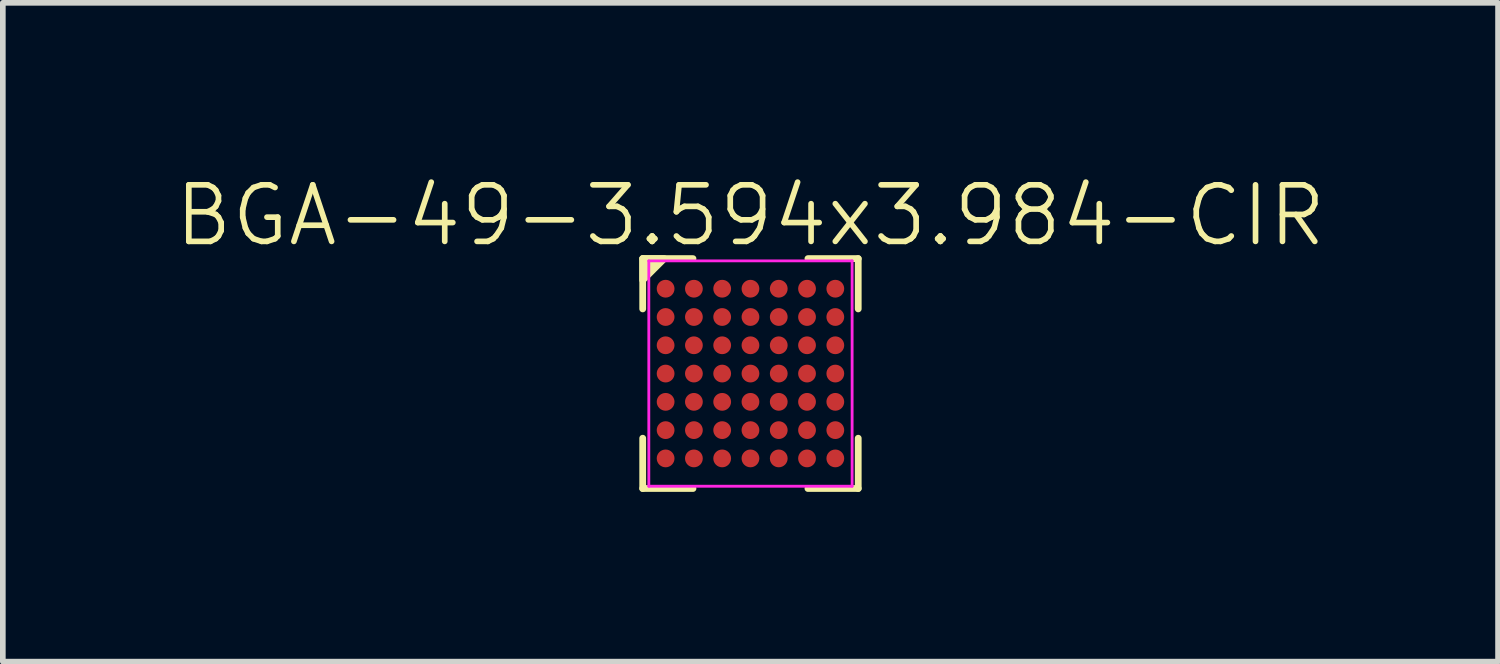
<source format=kicad_pcb>
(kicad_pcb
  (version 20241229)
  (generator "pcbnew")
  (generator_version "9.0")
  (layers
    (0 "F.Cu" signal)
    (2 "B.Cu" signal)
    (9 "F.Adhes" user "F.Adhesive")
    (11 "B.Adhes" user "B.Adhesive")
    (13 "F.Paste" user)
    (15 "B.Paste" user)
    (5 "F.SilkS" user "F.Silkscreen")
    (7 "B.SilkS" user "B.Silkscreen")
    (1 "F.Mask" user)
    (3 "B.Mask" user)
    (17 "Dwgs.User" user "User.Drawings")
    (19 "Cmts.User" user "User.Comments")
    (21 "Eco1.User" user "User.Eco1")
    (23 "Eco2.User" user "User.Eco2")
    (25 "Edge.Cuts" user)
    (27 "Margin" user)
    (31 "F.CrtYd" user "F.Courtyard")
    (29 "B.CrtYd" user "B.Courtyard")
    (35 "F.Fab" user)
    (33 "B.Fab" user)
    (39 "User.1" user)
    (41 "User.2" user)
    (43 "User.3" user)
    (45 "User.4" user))
  (footprint "BGA-49-3.594x3.984-CIR"
    (layer "F.Cu")
    (at 10.217 3.554)
    (property "Reference" "BGA-49-3.594x3.984-CIR" (at 0 -2.794 0) (unlocked yes) (layer "F.SilkS") (effects (font (size 1 1) (thickness 0.1))))
    (attr smd)
    (fp_line (start -1.905 -2.032) (end -1.905 -1.143) (stroke (width 0.12) (type solid)) (layer "F.SilkS"))
    (fp_line (start -1.905 1.143) (end -1.905 2.032) (stroke (width 0.12) (type solid)) (layer "F.SilkS"))
    (fp_line (start -1.905 2.032) (end -1.016 2.032) (stroke (width 0.12) (type solid)) (layer "F.SilkS"))
    (fp_line (start -1.016 -2.032) (end -1.905 -2.032) (stroke (width 0.12) (type solid)) (layer "F.SilkS"))
    (fp_line (start 1.016 2.032) (end 1.905 2.032) (stroke (width 0.12) (type solid)) (layer "F.SilkS"))
    (fp_line (start 1.905 -2.032) (end 1.016 -2.032) (stroke (width 0.12) (type solid)) (layer "F.SilkS"))
    (fp_line (start 1.905 -1.143) (end 1.905 -2.032) (stroke (width 0.12) (type solid)) (layer "F.SilkS"))
    (fp_line (start 1.905 2.032) (end 1.905 1.143) (stroke (width 0.12) (type solid)) (layer "F.SilkS"))
    (fp_poly (pts (xy -1.905 -2.032) (xy -1.524 -2.032) (xy -1.905 -1.651)) (stroke (width 0.12) (type solid)) (fill yes) (layer "F.SilkS"))
    (fp_line (start -1.797 1.992) (end -1.797 -1.992) (stroke (width 0.05) (type solid)) (layer "F.CrtYd"))
    (fp_line (start 1.797 -1.992) (end -1.797 -1.992) (stroke (width 0.05) (type solid)) (layer "F.CrtYd"))
    (fp_line (start 1.797 1.992) (end -1.797 1.992) (stroke (width 0.05) (type solid)) (layer "F.CrtYd"))
    (fp_line (start 1.797 1.992) (end 1.797 -1.992) (stroke (width 0.05) (type solid)) (layer "F.CrtYd"))
    (pad "A1" smd circle (at -1.5 -1.5) (size 0.314 0.314) (layers "F.Cu" "F.Mask" "F.Paste"))
    (pad "A2" smd circle (at -1 -1.5) (size 0.314 0.314) (layers "F.Cu" "F.Mask" "F.Paste"))
    (pad "A3" smd circle (at -0.5 -1.5) (size 0.314 0.314) (layers "F.Cu" "F.Mask" "F.Paste"))
    (pad "A4" smd circle (at 0 -1.5) (size 0.314 0.314) (layers "F.Cu" "F.Mask" "F.Paste"))
    (pad "A5" smd circle (at 0.5 -1.5) (size 0.314 0.314) (layers "F.Cu" "F.Mask" "F.Paste"))
    (pad "A6" smd circle (at 1 -1.5) (size 0.314 0.314) (layers "F.Cu" "F.Mask" "F.Paste"))
    (pad "A7" smd circle (at 1.5 -1.5) (size 0.314 0.314) (layers "F.Cu" "F.Mask" "F.Paste"))
    (pad "B1" smd circle (at -1.5 -1) (size 0.314 0.314) (layers "F.Cu" "F.Mask" "F.Paste"))
    (pad "B2" smd circle (at -1 -1) (size 0.314 0.314) (layers "F.Cu" "F.Mask" "F.Paste"))
    (pad "B3" smd circle (at -0.5 -1) (size 0.314 0.314) (layers "F.Cu" "F.Mask" "F.Paste"))
    (pad "B4" smd circle (at 0 -1) (size 0.314 0.314) (layers "F.Cu" "F.Mask" "F.Paste"))
    (pad "B5" smd circle (at 0.5 -1) (size 0.314 0.314) (layers "F.Cu" "F.Mask" "F.Paste"))
    (pad "B6" smd circle (at 1 -1) (size 0.314 0.314) (layers "F.Cu" "F.Mask" "F.Paste"))
    (pad "B7" smd circle (at 1.5 -1) (size 0.314 0.314) (layers "F.Cu" "F.Mask" "F.Paste"))
    (pad "C1" smd circle (at -1.5 -0.5) (size 0.314 0.314) (layers "F.Cu" "F.Mask" "F.Paste"))
    (pad "C2" smd circle (at -1 -0.5) (size 0.314 0.314) (layers "F.Cu" "F.Mask" "F.Paste"))
    (pad "C3" smd circle (at -0.5 -0.5) (size 0.314 0.314) (layers "F.Cu" "F.Mask" "F.Paste"))
    (pad "C4" smd circle (at 0 -0.5) (size 0.314 0.314) (layers "F.Cu" "F.Mask" "F.Paste"))
    (pad "C5" smd circle (at 0.5 -0.5) (size 0.314 0.314) (layers "F.Cu" "F.Mask" "F.Paste"))
    (pad "C6" smd circle (at 1 -0.5) (size 0.314 0.314) (layers "F.Cu" "F.Mask" "F.Paste"))
    (pad "C7" smd circle (at 1.5 -0.5) (size 0.314 0.314) (layers "F.Cu" "F.Mask" "F.Paste"))
    (pad "D1" smd circle (at -1.5 0) (size 0.314 0.314) (layers "F.Cu" "F.Mask" "F.Paste"))
    (pad "D2" smd circle (at -1 0) (size 0.314 0.314) (layers "F.Cu" "F.Mask" "F.Paste"))
    (pad "D3" smd circle (at -0.5 0) (size 0.314 0.314) (layers "F.Cu" "F.Mask" "F.Paste"))
    (pad "D4" smd circle (at 0 0) (size 0.314 0.314) (layers "F.Cu" "F.Mask" "F.Paste"))
    (pad "D5" smd circle (at 0.5 0) (size 0.314 0.314) (layers "F.Cu" "F.Mask" "F.Paste"))
    (pad "D6" smd circle (at 1 0) (size 0.314 0.314) (layers "F.Cu" "F.Mask" "F.Paste"))
    (pad "D7" smd circle (at 1.5 0) (size 0.314 0.314) (layers "F.Cu" "F.Mask" "F.Paste"))
    (pad "E1" smd circle (at -1.5 0.5) (size 0.314 0.314) (layers "F.Cu" "F.Mask" "F.Paste"))
    (pad "E2" smd circle (at -1 0.5) (size 0.314 0.314) (layers "F.Cu" "F.Mask" "F.Paste"))
    (pad "E3" smd circle (at -0.5 0.5) (size 0.314 0.314) (layers "F.Cu" "F.Mask" "F.Paste"))
    (pad "E4" smd circle (at 0 0.5) (size 0.314 0.314) (layers "F.Cu" "F.Mask" "F.Paste"))
    (pad "E5" smd circle (at 0.5 0.5) (size 0.314 0.314) (layers "F.Cu" "F.Mask" "F.Paste"))
    (pad "E6" smd circle (at 1 0.5) (size 0.314 0.314) (layers "F.Cu" "F.Mask" "F.Paste"))
    (pad "E7" smd circle (at 1.5 0.5) (size 0.314 0.314) (layers "F.Cu" "F.Mask" "F.Paste"))
    (pad "F1" smd circle (at -1.5 1) (size 0.314 0.314) (layers "F.Cu" "F.Mask" "F.Paste"))
    (pad "F2" smd circle (at -1 1) (size 0.314 0.314) (layers "F.Cu" "F.Mask" "F.Paste"))
    (pad "F3" smd circle (at -0.5 1) (size 0.314 0.314) (layers "F.Cu" "F.Mask" "F.Paste"))
    (pad "F4" smd circle (at 0 1) (size 0.314 0.314) (layers "F.Cu" "F.Mask" "F.Paste"))
    (pad "F5" smd circle (at 0.5 1) (size 0.314 0.314) (layers "F.Cu" "F.Mask" "F.Paste"))
    (pad "F6" smd circle (at 1 1) (size 0.314 0.314) (layers "F.Cu" "F.Mask" "F.Paste"))
    (pad "F7" smd circle (at 1.5 1) (size 0.314 0.314) (layers "F.Cu" "F.Mask" "F.Paste"))
    (pad "G1" smd circle (at -1.5 1.5) (size 0.314 0.314) (layers "F.Cu" "F.Mask" "F.Paste"))
    (pad "G2" smd circle (at -1 1.5) (size 0.314 0.314) (layers "F.Cu" "F.Mask" "F.Paste"))
    (pad "G3" smd circle (at -0.5 1.5) (size 0.314 0.314) (layers "F.Cu" "F.Mask" "F.Paste"))
    (pad "G4" smd circle (at 0 1.5) (size 0.314 0.314) (layers "F.Cu" "F.Mask" "F.Paste"))
    (pad "G5" smd circle (at 0.5 1.5) (size 0.314 0.314) (layers "F.Cu" "F.Mask" "F.Paste"))
    (pad "G6" smd circle (at 1 1.5) (size 0.314 0.314) (layers "F.Cu" "F.Mask" "F.Paste"))
    (pad "G7" smd circle (at 1.5 1.5) (size 0.314 0.314) (layers "F.Cu" "F.Mask" "F.Paste")))
  (gr_rect
    (start -3 -3)
    (end 23.433 8.646)
    (stroke (width 0.1) (type default))
    (fill no)
    (layer "Edge.Cuts")))
</source>
